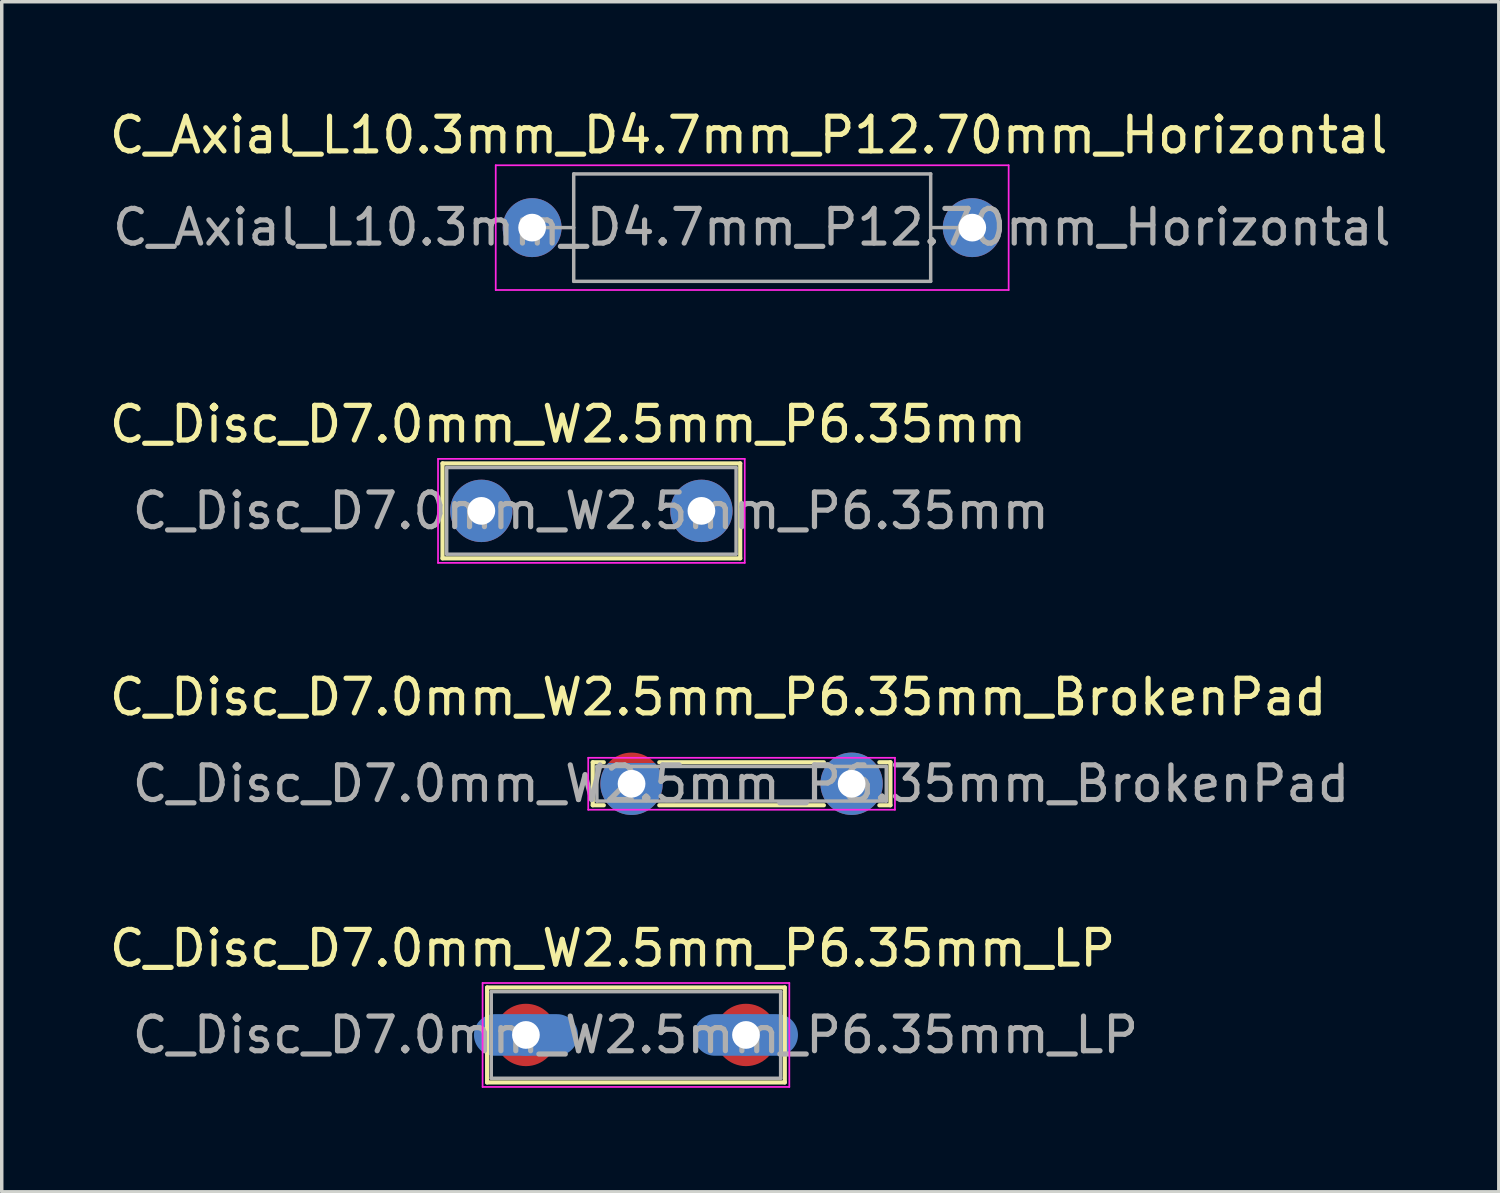
<source format=kicad_pcb>
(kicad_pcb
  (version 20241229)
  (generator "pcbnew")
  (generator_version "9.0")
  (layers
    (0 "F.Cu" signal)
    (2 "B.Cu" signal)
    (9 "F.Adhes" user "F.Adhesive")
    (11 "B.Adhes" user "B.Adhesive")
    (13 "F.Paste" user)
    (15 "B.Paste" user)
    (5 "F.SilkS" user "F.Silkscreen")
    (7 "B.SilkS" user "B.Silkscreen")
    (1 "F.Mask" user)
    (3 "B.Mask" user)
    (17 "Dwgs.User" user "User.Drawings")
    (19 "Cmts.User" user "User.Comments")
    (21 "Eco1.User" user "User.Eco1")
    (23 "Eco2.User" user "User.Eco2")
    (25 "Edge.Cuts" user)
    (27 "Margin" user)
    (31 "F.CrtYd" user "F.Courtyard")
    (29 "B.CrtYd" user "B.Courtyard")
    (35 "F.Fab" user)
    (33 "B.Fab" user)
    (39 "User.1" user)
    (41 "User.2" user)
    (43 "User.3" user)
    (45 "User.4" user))
  (footprint "C_Disc_D7.0mm_W2.5mm_P6.35mm_LP"
    (layer "F.Cu")
    (at 12.125 26.813)
    (property "Reference" "C_Disc_D7.0mm_W2.5mm_P6.35mm_LP" (at 2.5 -2.5 0) (layer "F.SilkS") (effects (font (size 1 1) (thickness 0.15))))
    (attr through_hole)
    (fp_line (start -1.12 -1.37) (end -1.12 1.37) (stroke (width 0.12) (type solid)) (layer "F.SilkS"))
    (fp_line (start -1.12 -1.37) (end 7.47 -1.37) (stroke (width 0.12) (type solid)) (layer "F.SilkS"))
    (fp_line (start -1.12 1.37) (end 7.47 1.37) (stroke (width 0.12) (type solid)) (layer "F.SilkS"))
    (fp_line (start 7.47 -1.37) (end 7.47 1.37) (stroke (width 0.12) (type solid)) (layer "F.SilkS"))
    (fp_line (start -1.25 -1.5) (end -1.25 1.5) (stroke (width 0.05) (type solid)) (layer "F.CrtYd"))
    (fp_line (start -1.25 1.5) (end 7.6 1.5) (stroke (width 0.05) (type solid)) (layer "F.CrtYd"))
    (fp_line (start 7.6 -1.5) (end -1.25 -1.5) (stroke (width 0.05) (type solid)) (layer "F.CrtYd"))
    (fp_line (start 7.6 1.5) (end 7.6 -1.5) (stroke (width 0.05) (type solid)) (layer "F.CrtYd"))
    (fp_line (start -1 -1.25) (end -1 1.25) (stroke (width 0.1) (type solid)) (layer "F.Fab"))
    (fp_line (start -1 1.25) (end 7.35 1.25) (stroke (width 0.1) (type solid)) (layer "F.Fab"))
    (fp_line (start 7.35 -1.25) (end -1 -1.25) (stroke (width 0.1) (type solid)) (layer "F.Fab"))
    (fp_line (start 7.35 1.25) (end 7.35 -1.25) (stroke (width 0.1) (type solid)) (layer "F.Fab"))
    (fp_text user "${REFERENCE}" (at 3.16 0 0) (layer "F.Fab") (effects (font (size 1 1) (thickness 0.15))))
    (pad "1" thru_hole circle (at 0 0) (size 1.2 1.2) (drill 0.8) (layers "*.Cu" "*.Mask"))
    (pad "1" smd circle (at 0 0) (size 1.8 1.8) (layers "F.Cu"))
    (pad "1" smd oval (at 0 0) (size 3 1.2) (layers "B.Cu"))
    (pad "2" thru_hole circle (at 6.35 0) (size 1.2 1.2) (drill 0.8) (layers "*.Cu" "*.Mask"))
    (pad "2" smd circle (at 6.35 0) (size 1.8 1.8) (layers "F.Cu"))
    (pad "2" smd oval (at 6.35 0) (size 3 1.2) (layers "B.Cu")))
  (footprint "C_Disc_D7.0mm_W2.5mm_P6.35mm"
    (layer "F.Cu")
    (at 10.839 11.691)
    (property "Reference" "C_Disc_D7.0mm_W2.5mm_P6.35mm" (at 2.5 -2.5 0) (layer "F.SilkS") (effects (font (size 1 1) (thickness 0.15))))
    (attr through_hole)
    (fp_line (start -1.12 -1.37) (end -1.12 1.37) (stroke (width 0.12) (type solid)) (layer "F.SilkS"))
    (fp_line (start -1.12 -1.37) (end 7.47 -1.37) (stroke (width 0.12) (type solid)) (layer "F.SilkS"))
    (fp_line (start -1.12 1.37) (end 7.47 1.37) (stroke (width 0.12) (type solid)) (layer "F.SilkS"))
    (fp_line (start 7.47 -1.37) (end 7.47 1.37) (stroke (width 0.12) (type solid)) (layer "F.SilkS"))
    (fp_line (start -1.25 -1.5) (end -1.25 1.5) (stroke (width 0.05) (type solid)) (layer "F.CrtYd"))
    (fp_line (start -1.25 1.5) (end 7.6 1.5) (stroke (width 0.05) (type solid)) (layer "F.CrtYd"))
    (fp_line (start 7.6 -1.5) (end -1.25 -1.5) (stroke (width 0.05) (type solid)) (layer "F.CrtYd"))
    (fp_line (start 7.6 1.5) (end 7.6 -1.5) (stroke (width 0.05) (type solid)) (layer "F.CrtYd"))
    (fp_line (start -1 -1.25) (end -1 1.25) (stroke (width 0.1) (type solid)) (layer "F.Fab"))
    (fp_line (start -1 1.25) (end 7.35 1.25) (stroke (width 0.1) (type solid)) (layer "F.Fab"))
    (fp_line (start 7.35 -1.25) (end -1 -1.25) (stroke (width 0.1) (type solid)) (layer "F.Fab"))
    (fp_line (start 7.35 1.25) (end 7.35 -1.25) (stroke (width 0.1) (type solid)) (layer "F.Fab"))
    (fp_text user "${REFERENCE}" (at 3.16 0 0) (layer "F.Fab") (effects (font (size 1 1) (thickness 0.15))))
    (pad "1" thru_hole circle (at 0 0) (size 1.8 1.8) (drill 0.8) (layers "*.Cu" "*.Mask"))
    (pad "2" thru_hole circle (at 6.35 0) (size 1.8 1.8) (drill 0.8) (layers "*.Cu" "*.Mask")))
  (footprint "C_Axial_L10.3mm_D4.7mm_P12.70mm_Horizontal"
    (layer "F.Cu")
    (at 12.304 3.518)
    (property "Reference" "C_Axial_L10.3mm_D4.7mm_P12.70mm_Horizontal" (at 6.25 -2.67 0) (layer "F.SilkS") (effects (font (size 1 1) (thickness 0.15))))
    (attr through_hole)
    (fp_line (start -1.05 -1.8) (end -1.05 1.8) (stroke (width 0.05) (type solid)) (layer "F.CrtYd"))
    (fp_line (start -1.05 1.8) (end 13.75 1.8) (stroke (width 0.05) (type solid)) (layer "F.CrtYd"))
    (fp_line (start 13.75 -1.8) (end -1.05 -1.8) (stroke (width 0.05) (type solid)) (layer "F.CrtYd"))
    (fp_line (start 13.75 1.8) (end 13.75 -1.8) (stroke (width 0.05) (type solid)) (layer "F.CrtYd"))
    (fp_line (start 0 0) (end 1.2 0) (stroke (width 0.1) (type solid)) (layer "F.Fab"))
    (fp_line (start 1.2 -1.55) (end 1.2 1.55) (stroke (width 0.1) (type solid)) (layer "F.Fab"))
    (fp_line (start 1.2 1.55) (end 11.5 1.55) (stroke (width 0.1) (type solid)) (layer "F.Fab"))
    (fp_line (start 11.5 -1.55) (end 1.2 -1.55) (stroke (width 0.1) (type solid)) (layer "F.Fab"))
    (fp_line (start 11.5 1.55) (end 11.5 -1.55) (stroke (width 0.1) (type solid)) (layer "F.Fab"))
    (fp_line (start 12.7 0) (end 11.5 0) (stroke (width 0.1) (type solid)) (layer "F.Fab"))
    (fp_text user "${REFERENCE}" (at 6.34 -0.01 0) (layer "F.Fab") (effects (font (size 1 1) (thickness 0.15))))
    (pad "1" thru_hole circle (at 0 0) (size 1.7 1.7) (drill 0.8) (layers "*.Cu" "*.Mask"))
    (pad "2" thru_hole oval (at 12.7 0) (size 1.7 1.7) (drill 0.8) (layers "*.Cu" "*.Mask")))
  (footprint "C_Disc_D7.0mm_W2.5mm_P6.35mm_BrokenPad"
    (layer "F.Cu")
    (at 15.173 19.565)
    (property "Reference" "C_Disc_D7.0mm_W2.5mm_P6.35mm_BrokenPad" (at 2.5 -2.5 0) (layer "F.SilkS") (effects (font (size 1 1) (thickness 0.15))))
    (attr through_hole)
    (fp_line (start -1.12 -0.62) (end -1.12 0.62) (stroke (width 0.12) (type solid)) (layer "F.SilkS"))
    (fp_line (start -1.12 -0.62) (end -0.8 -0.62) (stroke (width 0.12) (type solid)) (layer "F.SilkS"))
    (fp_line (start -1.12 0.62) (end -0.8 0.62) (stroke (width 0.12) (type solid)) (layer "F.SilkS"))
    (fp_line (start 0.8 -0.62) (end 5.55 -0.62) (stroke (width 0.12) (type solid)) (layer "F.SilkS"))
    (fp_line (start 0.8 0.62) (end 5.55 0.62) (stroke (width 0.12) (type solid)) (layer "F.SilkS"))
    (fp_line (start 7.15 -0.62) (end 7.47 -0.62) (stroke (width 0.12) (type solid)) (layer "F.SilkS"))
    (fp_line (start 7.15 0.62) (end 7.47 0.62) (stroke (width 0.12) (type solid)) (layer "F.SilkS"))
    (fp_line (start 7.47 -0.62) (end 7.47 0.62) (stroke (width 0.12) (type solid)) (layer "F.SilkS"))
    (fp_line (start -1.25 -0.75) (end -1.25 0.75) (stroke (width 0.05) (type solid)) (layer "F.CrtYd"))
    (fp_line (start -1.25 0.75) (end 7.6 0.75) (stroke (width 0.05) (type solid)) (layer "F.CrtYd"))
    (fp_line (start 7.6 -0.75) (end -1.25 -0.75) (stroke (width 0.05) (type solid)) (layer "F.CrtYd"))
    (fp_line (start 7.6 0.75) (end 7.6 -0.75) (stroke (width 0.05) (type solid)) (layer "F.CrtYd"))
    (fp_line (start -1 -0.5) (end -1 0.5) (stroke (width 0.1) (type solid)) (layer "F.Fab"))
    (fp_line (start -1 0.5) (end 7.35 0.5) (stroke (width 0.1) (type solid)) (layer "F.Fab"))
    (fp_line (start 7.35 -0.5) (end -1 -0.5) (stroke (width 0.1) (type solid)) (layer "F.Fab"))
    (fp_line (start 7.35 0.5) (end 7.35 -0.5) (stroke (width 0.1) (type solid)) (layer "F.Fab"))
    (fp_text user "${REFERENCE}" (at 3.16 0 0) (layer "F.Fab") (effects (font (size 1 1) (thickness 0.15))))
    (pad "1" thru_hole circle (at 0 0) (size 1 1) (drill 0.8) (layers "*.Cu" "*.Mask"))
    (pad "1" smd custom (at 0 0 90) (size 1.2 1.2) (layers "B.Cu" "B.Mask") (options (anchor circle)) (primitives (gr_poly (pts (xy 0.568 0.698) (xy 0.536 0.723) (xy 0.502 0.747) (xy 0.468 0.769) (xy 0.432 0.789) (xy 0.396 0.808) (xy 0.359 0.825) (xy 0.321 0.841) (xy 0.283 0.854) (xy 0.244 0.866) (xy 0.204 0.877) (xy 0.164 0.885) (xy 0.123 0.891) (xy 0.082 0.896) (xy 0.041 0.899) (xy -0.000235 0.9) (xy -0.047 0.899) (xy -0.092 0.895) (xy -0.137 0.89) (xy -0.182 0.882) (xy -0.225 0.872) (xy -0.268 0.859) (xy -0.31 0.845) (xy -0.35 0.829) (xy -0.39 0.811) (xy -0.429 0.791) (xy -0.467 0.77) (xy -0.503 0.746) (xy -0.538 0.721) (xy -0.572 0.694) (xy -0.605 0.666) (xy -0.636 0.636) (xy -0.666 0.605) (xy -0.694 0.572) (xy -0.721 0.538) (xy -0.746 0.503) (xy -0.77 0.467) (xy -0.791 0.429) (xy -0.811 0.39) (xy -0.829 0.35) (xy -0.845 0.31) (xy -0.859 0.268) (xy -0.872 0.225) (xy -0.882 0.182) (xy -0.89 0.137) (xy -0.895 0.092) (xy -0.899 0.047) (xy -0.9 0.000255) (xy -0.899 -0.046) (xy -0.895 -0.092) (xy -0.89 -0.137) (xy -0.882 -0.181) (xy -0.872 -0.225) (xy -0.86 -0.267) (xy -0.845 -0.309) (xy -0.829 -0.35) (xy -0.811 -0.39) (xy -0.791 -0.429) (xy -0.77 -0.466) (xy -0.746 -0.503) (xy -0.721 -0.538) (xy -0.695 -0.572) (xy -0.666 -0.605) (xy -0.636 -0.636) (xy -0.605 -0.666) (xy -0.573 -0.694) (xy -0.539 -0.721) (xy -0.503 -0.746) (xy -0.467 -0.77) (xy -0.429 -0.791) (xy -0.39 -0.811) (xy -0.35 -0.829) (xy -0.31 -0.845) (xy -0.268 -0.859) (xy -0.225 -0.872) (xy -0.182 -0.882) (xy -0.137 -0.89) (xy -0.092 -0.895) (xy -0.047 -0.899) (xy -0.000235 -0.9) (xy 0.041 -0.899) (xy 0.082 -0.896) (xy 0.123 -0.891) (xy 0.164 -0.885) (xy 0.204 -0.876) (xy 0.243 -0.866) (xy 0.283 -0.854) (xy 0.321 -0.84) (xy 0.359 -0.825) (xy 0.396 -0.807) (xy 0.432 -0.788) (xy 0.468 -0.768) (xy 0.502 -0.746) (xy 0.536 -0.722) (xy 0.568 -0.696) (xy 0.6 -0.669) (xy 0.6 0.671)) (width 0) (fill yes))))
    (pad "1" smd circle (at 0 0) (size 1.8 1.8) (layers "F.Cu" "F.Mask"))
    (pad "2" thru_hole circle (at 6.35 0) (size 1.8 1.8) (drill 0.8) (layers "*.Cu" "*.Mask")))
  (gr_rect
    (start -3 -3)
    (end 40.197 31.338)
    (stroke (width 0.1) (type default))
    (fill no)
    (layer "Edge.Cuts")))
</source>
